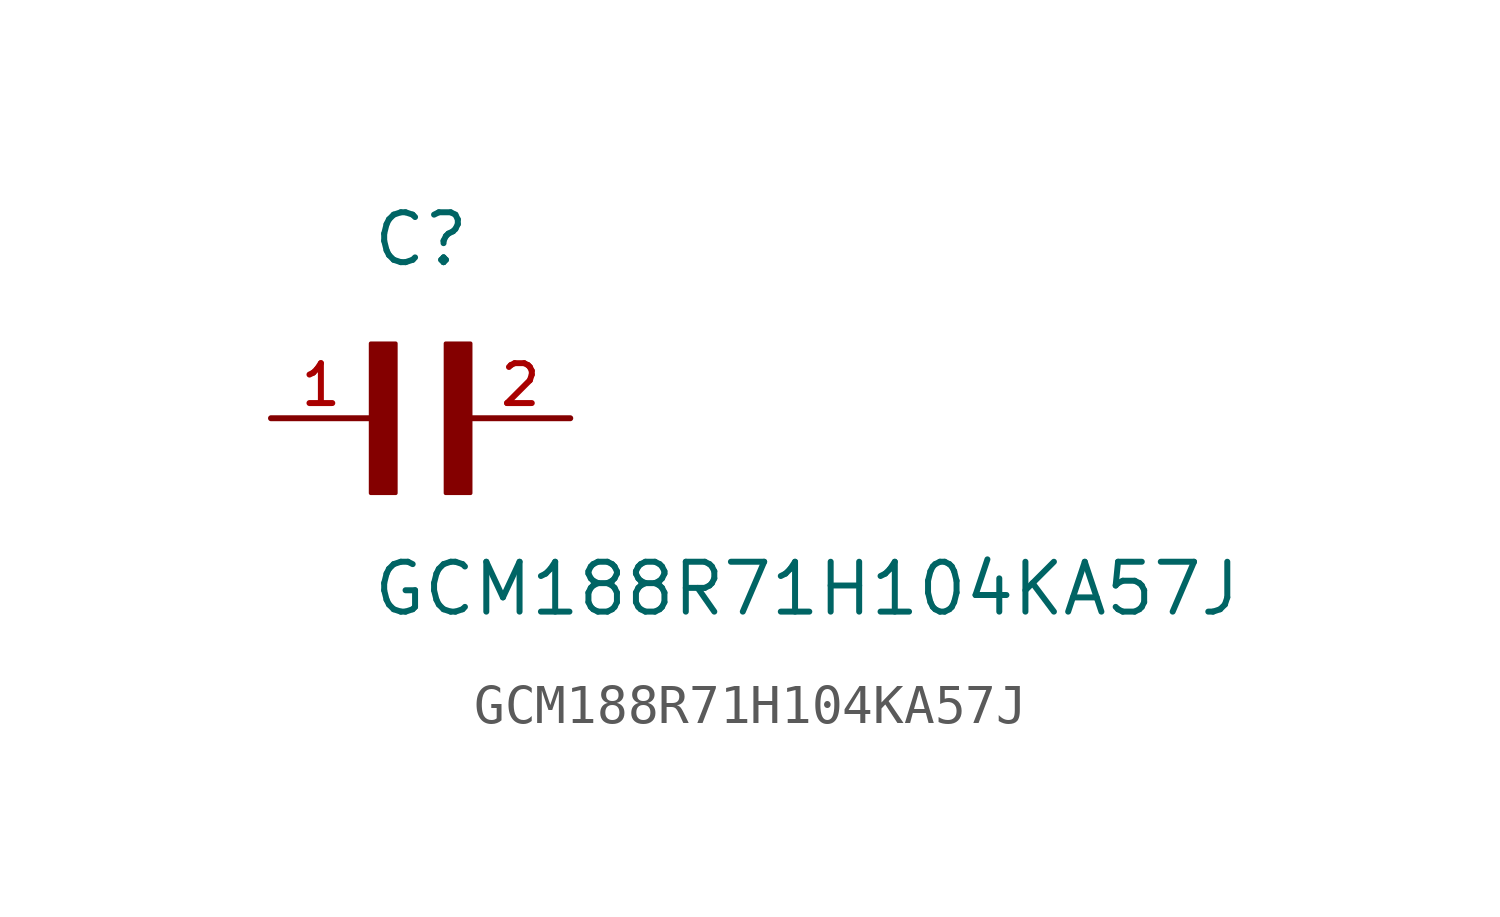
<source format=kicad_sym>
(kicad_symbol_lib
  (version 20211014)
  (generator kicad_symbol_editor)
  (symbol "GCM188R71H104KA57J"
    (pin_names
      (offset 1.016))
    (property "Reference" "C"
      (at 0.0 3.811 0)
      (effects (font (size 1.27 1.27)) (justify bottom left)))
    (property "Value" "GCM188R71H104KA57J"
      (at 0.0 -5.088 0)
      (effects (font (size 1.27 1.27)) (justify bottom left)))
    (symbol "GCM188R71H104KA57J_0_0"
      (rectangle (start 0.0 -1.907) (end 0.635 1.905) (stroke (width 0.1)) (fill (type outline)))
      (rectangle (start 1.907 -1.907) (end 2.54 1.905) (stroke (width 0.1)) (fill (type outline)))
      (pin passive line (at 5.08 0.0 180.0) (length 2.54) (name "~" (effects (font (size 1.016 1.016)))) (number "2" (effects (font (size 1.016 1.016)))))
      (pin passive line (at -2.54 0.0 0) (length 2.54) (name "~" (effects (font (size 1.016 1.016)))) (number "1" (effects (font (size 1.016 1.016))))))))
</source>
